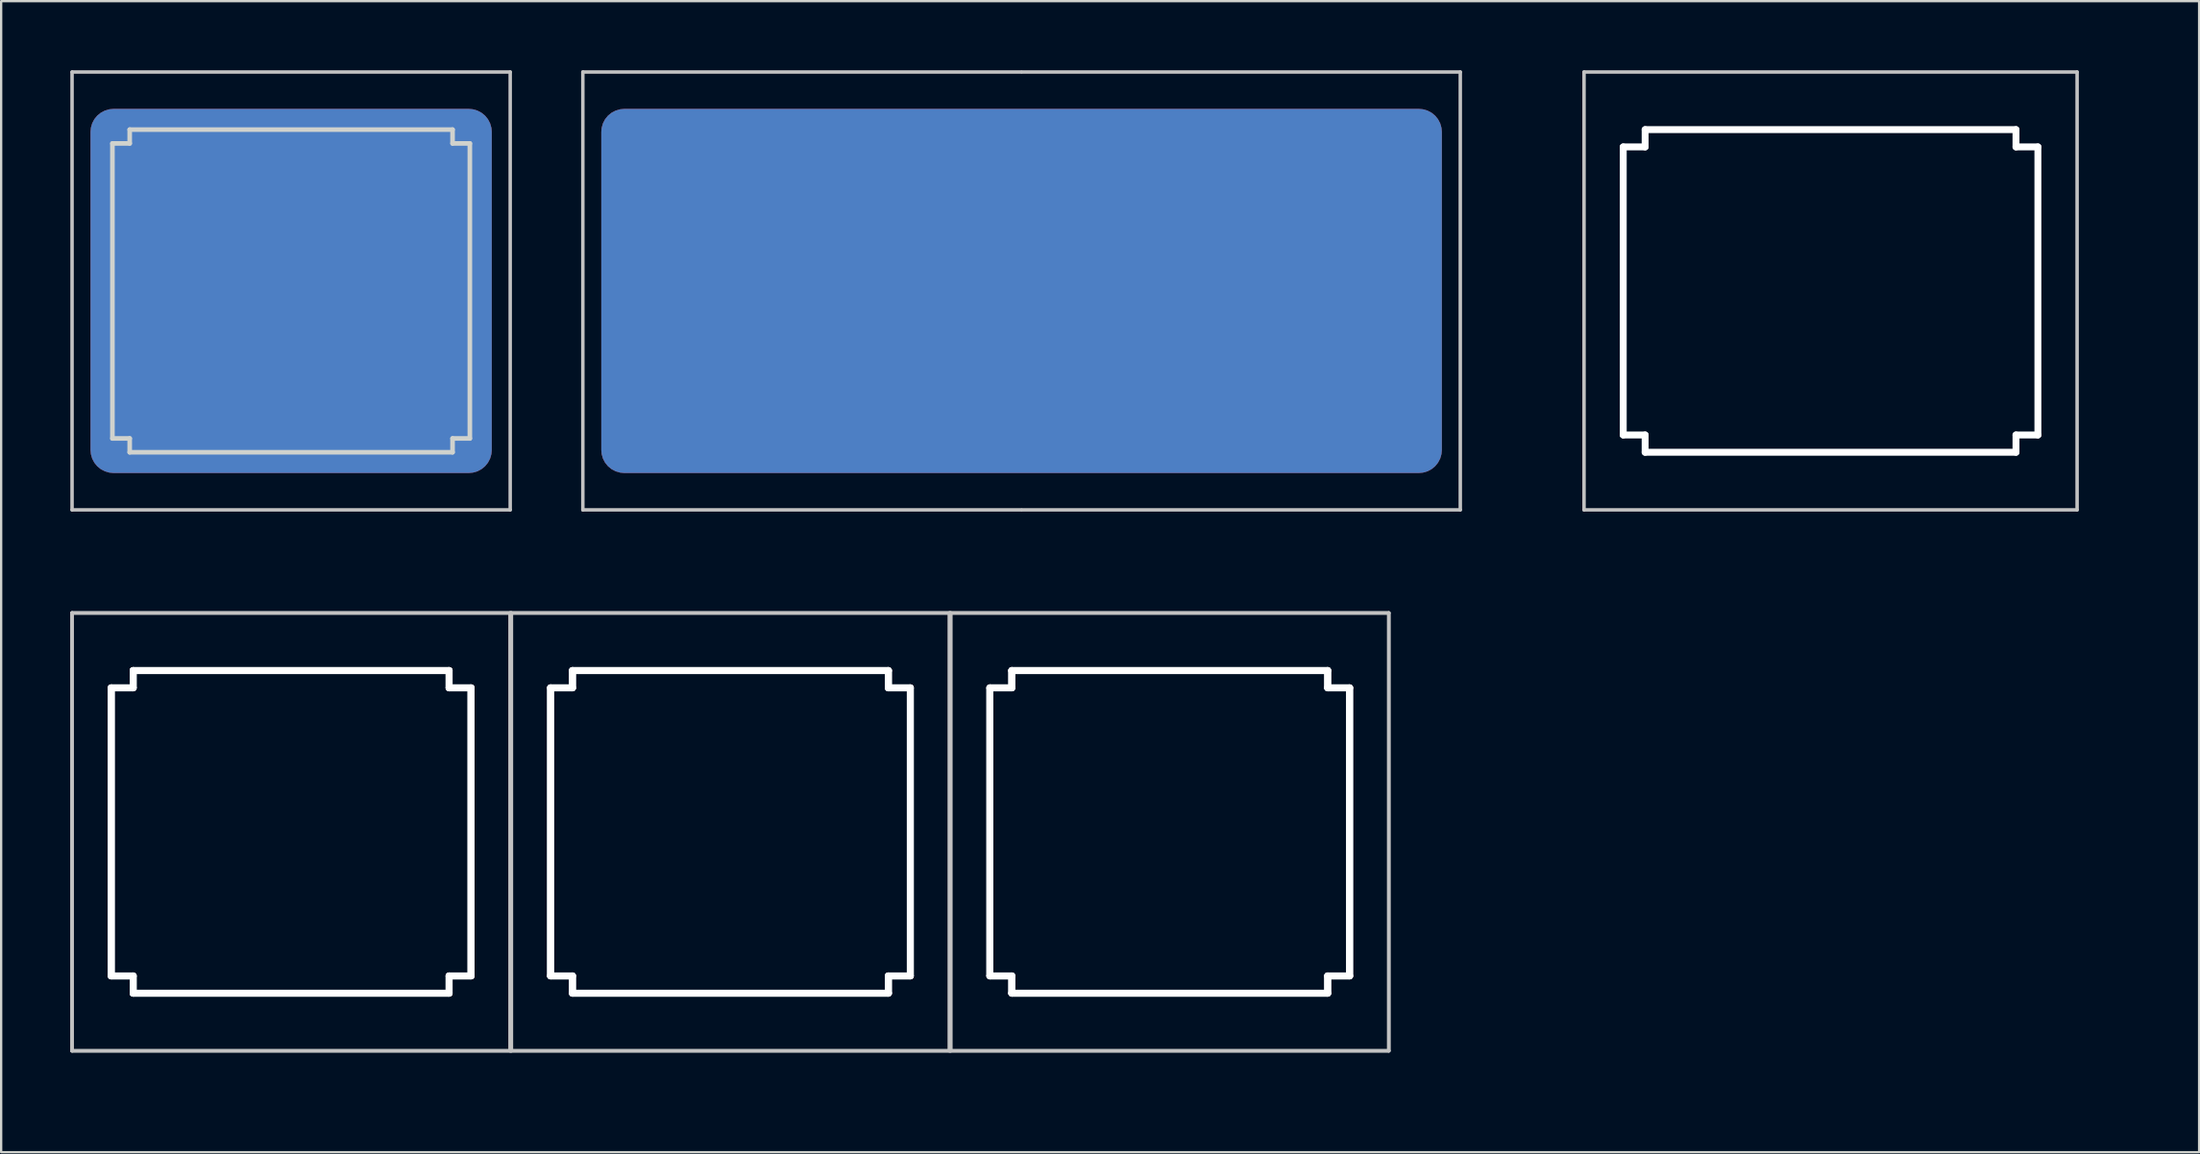
<source format=kicad_pcb>
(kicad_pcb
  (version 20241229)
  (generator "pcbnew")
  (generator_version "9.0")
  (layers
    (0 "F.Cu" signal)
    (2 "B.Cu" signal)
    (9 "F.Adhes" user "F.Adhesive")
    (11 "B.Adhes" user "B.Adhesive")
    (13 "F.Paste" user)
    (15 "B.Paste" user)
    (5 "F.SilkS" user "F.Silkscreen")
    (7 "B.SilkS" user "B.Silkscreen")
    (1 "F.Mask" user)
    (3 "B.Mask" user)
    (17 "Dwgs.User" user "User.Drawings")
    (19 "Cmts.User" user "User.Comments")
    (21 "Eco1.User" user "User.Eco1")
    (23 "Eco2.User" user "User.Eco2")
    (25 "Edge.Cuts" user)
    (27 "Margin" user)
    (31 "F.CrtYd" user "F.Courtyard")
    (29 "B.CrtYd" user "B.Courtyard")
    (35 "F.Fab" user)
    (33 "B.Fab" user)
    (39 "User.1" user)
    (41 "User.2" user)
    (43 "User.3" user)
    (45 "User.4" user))
  (footprint "MX-Alps_FMask"
    (layer "F.Cu")
    (at 9.575 9.575)
    (property "Reference" "MX-Alps_FMask" (at 0.25 10.05 0) (layer "Eco2.User") (effects (font (size 1 1) (thickness 0.15))))
    (attr through_hole)
    (fp_line (start -9.5 -9.5) (end 9.5 -9.5) (stroke (width 0.15) (type solid)) (layer "Dwgs.User"))
    (fp_line (start -9.5 9.5) (end -9.5 -9.5) (stroke (width 0.15) (type solid)) (layer "Dwgs.User"))
    (fp_line (start 9.5 -9.5) (end 9.5 9.5) (stroke (width 0.15) (type solid)) (layer "Dwgs.User"))
    (fp_line (start 9.5 9.5) (end -9.5 9.5) (stroke (width 0.15) (type solid)) (layer "Dwgs.User"))
    (fp_line (start -7.75 -6.4) (end -7.75 6.4) (stroke (width 0.2) (type solid)) (layer "Edge.Cuts"))
    (fp_line (start -7.75 -6.4) (end -7 -6.4) (stroke (width 0.2) (type solid)) (layer "Edge.Cuts"))
    (fp_line (start -7 -7) (end 7 -7) (stroke (width 0.2) (type solid)) (layer "Edge.Cuts"))
    (fp_line (start -7 -6.4) (end -7 -7) (stroke (width 0.2) (type solid)) (layer "Edge.Cuts"))
    (fp_line (start -7 6.4) (end -7.75 6.4) (stroke (width 0.2) (type solid)) (layer "Edge.Cuts"))
    (fp_line (start -7 7) (end -7 6.4) (stroke (width 0.2) (type solid)) (layer "Edge.Cuts"))
    (fp_line (start -7 7) (end 7 7) (stroke (width 0.2) (type solid)) (layer "Edge.Cuts"))
    (fp_line (start 7 -7) (end 7 -6.4) (stroke (width 0.2) (type solid)) (layer "Edge.Cuts"))
    (fp_line (start 7 -6.4) (end 7.75 -6.4) (stroke (width 0.2) (type solid)) (layer "Edge.Cuts"))
    (fp_line (start 7 6.4) (end 7 7) (stroke (width 0.2) (type solid)) (layer "Edge.Cuts"))
    (fp_line (start 7.75 -6.4) (end 7.75 6.4) (stroke (width 0.2) (type solid)) (layer "Edge.Cuts"))
    (fp_line (start 7.75 6.4) (end 7 6.4) (stroke (width 0.2) (type solid)) (layer "Edge.Cuts"))
    (pad "1" smd roundrect (at 0 0 180) (size 17.4 15.8) (layers "F.Cu" "F.Mask") (roundrect_rratio 0.063))
    (pad "1" smd roundrect (at 0 0 180) (size 17.4 15.8) (layers "B.Cu" "B.Mask") (roundrect_rratio 0.063)))
  (footprint "MX-Alps_Switch_Cutout-1u_1.25u-3u-wide"
    (layer "F.Cu")
    (at 28.625 33.048)
    (property "Reference" "MX-Alps_Switch_Cutout-1u_1.25u-3u-wide" (at 0.25 10.05 0) (layer "Eco2.User") (effects (font (size 1 1) (thickness 0.15))))
    (attr through_hole)
    (fp_line (start -28.55 -9.5) (end -9.55 -9.5) (stroke (width 0.15) (type solid)) (layer "Dwgs.User"))
    (fp_line (start -28.55 -9.5) (end -9.55 -9.5) (stroke (width 0.15) (type solid)) (layer "Dwgs.User"))
    (fp_line (start -28.55 9.5) (end -28.55 -9.5) (stroke (width 0.15) (type solid)) (layer "Dwgs.User"))
    (fp_line (start -28.55 9.5) (end -28.55 -9.5) (stroke (width 0.15) (type solid)) (layer "Dwgs.User"))
    (fp_line (start -9.55 -9.5) (end -9.55 9.5) (stroke (width 0.15) (type solid)) (layer "Dwgs.User"))
    (fp_line (start -9.55 -9.5) (end -9.55 9.5) (stroke (width 0.15) (type solid)) (layer "Dwgs.User"))
    (fp_line (start -9.55 9.5) (end -28.55 9.5) (stroke (width 0.15) (type solid)) (layer "Dwgs.User"))
    (fp_line (start -9.55 9.5) (end -28.55 9.5) (stroke (width 0.15) (type solid)) (layer "Dwgs.User"))
    (fp_line (start -9.5 -9.5) (end 9.5 -9.5) (stroke (width 0.15) (type solid)) (layer "Dwgs.User"))
    (fp_line (start -9.5 -9.5) (end 9.5 -9.5) (stroke (width 0.15) (type solid)) (layer "Dwgs.User"))
    (fp_line (start -9.5 9.5) (end -9.5 -9.5) (stroke (width 0.15) (type solid)) (layer "Dwgs.User"))
    (fp_line (start -9.5 9.5) (end -9.5 -9.5) (stroke (width 0.15) (type solid)) (layer "Dwgs.User"))
    (fp_line (start 9.5 -9.5) (end 9.5 9.5) (stroke (width 0.15) (type solid)) (layer "Dwgs.User"))
    (fp_line (start 9.5 -9.5) (end 9.5 9.5) (stroke (width 0.15) (type solid)) (layer "Dwgs.User"))
    (fp_line (start 9.5 9.5) (end -9.5 9.5) (stroke (width 0.15) (type solid)) (layer "Dwgs.User"))
    (fp_line (start 9.5 9.5) (end -9.5 9.5) (stroke (width 0.15) (type solid)) (layer "Dwgs.User"))
    (fp_line (start 9.55 -9.5) (end 28.55 -9.5) (stroke (width 0.15) (type solid)) (layer "Dwgs.User"))
    (fp_line (start 9.55 -9.5) (end 28.55 -9.5) (stroke (width 0.15) (type solid)) (layer "Dwgs.User"))
    (fp_line (start 9.55 9.5) (end 9.55 -9.5) (stroke (width 0.15) (type solid)) (layer "Dwgs.User"))
    (fp_line (start 9.55 9.5) (end 9.55 -9.5) (stroke (width 0.15) (type solid)) (layer "Dwgs.User"))
    (fp_line (start 28.55 -9.5) (end 28.55 9.5) (stroke (width 0.15) (type solid)) (layer "Dwgs.User"))
    (fp_line (start 28.55 -9.5) (end 28.55 9.5) (stroke (width 0.15) (type solid)) (layer "Dwgs.User"))
    (fp_line (start 28.55 9.5) (end 9.55 9.5) (stroke (width 0.15) (type solid)) (layer "Dwgs.User"))
    (fp_line (start 28.55 9.5) (end 9.55 9.5) (stroke (width 0.15) (type solid)) (layer "Dwgs.User"))
    (pad "" np_thru_hole oval (at -26.85 0) (size 0.3 12.8) (drill oval 0.3 12.8) (layers "*.Cu" "*.Mask"))
    (pad "" np_thru_hole oval (at -26.85 0) (size 0.3 12.8) (drill oval 0.3 12.8) (layers "*.Cu" "*.Mask"))
    (pad "" np_thru_hole oval (at -26.375 -6.25) (size 1.25 0.3) (drill oval 1.25 0.3) (layers "*.Cu" "*.Mask"))
    (pad "" np_thru_hole oval (at -26.375 -6.25) (size 1.25 0.3) (drill oval 1.25 0.3) (layers "*.Cu" "*.Mask"))
    (pad "" np_thru_hole oval (at -26.375 6.25) (size 1.25 0.3) (drill oval 1.25 0.3) (layers "*.Cu" "*.Mask"))
    (pad "" np_thru_hole oval (at -26.375 6.25) (size 1.25 0.3) (drill oval 1.25 0.3) (layers "*.Cu" "*.Mask"))
    (pad "" np_thru_hole oval (at -25.9 -6.625) (size 0.3 1.05) (drill oval 0.3 1.05) (layers "*.Cu" "*.Mask"))
    (pad "" np_thru_hole oval (at -25.9 -6.625) (size 0.3 1.05) (drill oval 0.3 1.05) (layers "*.Cu" "*.Mask"))
    (pad "" np_thru_hole oval (at -25.9 6.625) (size 0.3 1.05) (drill oval 0.3 1.05) (layers "*.Cu" "*.Mask"))
    (pad "" np_thru_hole oval (at -25.9 6.625) (size 0.3 1.05) (drill oval 0.3 1.05) (layers "*.Cu" "*.Mask"))
    (pad "" np_thru_hole oval (at -19.05 -7) (size 14 0.3) (drill oval 14 0.3) (layers "*.Cu" "*.Mask"))
    (pad "" np_thru_hole oval (at -19.05 -7) (size 14 0.3) (drill oval 14 0.3) (layers "*.Cu" "*.Mask"))
    (pad "" np_thru_hole oval (at -19.05 7) (size 14 0.3) (drill oval 14 0.3) (layers "*.Cu" "*.Mask"))
    (pad "" np_thru_hole oval (at -19.05 7) (size 14 0.3) (drill oval 14 0.3) (layers "*.Cu" "*.Mask"))
    (pad "" np_thru_hole oval (at -12.2 -6.625) (size 0.3 1.05) (drill oval 0.3 1.05) (layers "*.Cu" "*.Mask"))
    (pad "" np_thru_hole oval (at -12.2 -6.625) (size 0.3 1.05) (drill oval 0.3 1.05) (layers "*.Cu" "*.Mask"))
    (pad "" np_thru_hole oval (at -12.2 6.625) (size 0.3 1.05) (drill oval 0.3 1.05) (layers "*.Cu" "*.Mask"))
    (pad "" np_thru_hole oval (at -12.2 6.625) (size 0.3 1.05) (drill oval 0.3 1.05) (layers "*.Cu" "*.Mask"))
    (pad "" np_thru_hole oval (at -11.725 -6.25) (size 1.25 0.3) (drill oval 1.25 0.3) (layers "*.Cu" "*.Mask"))
    (pad "" np_thru_hole oval (at -11.725 -6.25) (size 1.25 0.3) (drill oval 1.25 0.3) (layers "*.Cu" "*.Mask"))
    (pad "" np_thru_hole oval (at -11.725 6.25) (size 1.25 0.3) (drill oval 1.25 0.3) (layers "*.Cu" "*.Mask"))
    (pad "" np_thru_hole oval (at -11.725 6.25) (size 1.25 0.3) (drill oval 1.25 0.3) (layers "*.Cu" "*.Mask"))
    (pad "" np_thru_hole oval (at -11.25 0) (size 0.3 12.8) (drill oval 0.3 12.8) (layers "*.Cu" "*.Mask"))
    (pad "" np_thru_hole oval (at -11.25 0) (size 0.3 12.8) (drill oval 0.3 12.8) (layers "*.Cu" "*.Mask"))
    (pad "" np_thru_hole oval (at -7.8 0) (size 0.3 12.8) (drill oval 0.3 12.8) (layers "*.Cu" "*.Mask"))
    (pad "" np_thru_hole oval (at -7.8 0) (size 0.3 12.8) (drill oval 0.3 12.8) (layers "*.Cu" "*.Mask"))
    (pad "" np_thru_hole oval (at -7.325 -6.25) (size 1.25 0.3) (drill oval 1.25 0.3) (layers "*.Cu" "*.Mask"))
    (pad "" np_thru_hole oval (at -7.325 -6.25) (size 1.25 0.3) (drill oval 1.25 0.3) (layers "*.Cu" "*.Mask"))
    (pad "" np_thru_hole oval (at -7.325 6.25) (size 1.25 0.3) (drill oval 1.25 0.3) (layers "*.Cu" "*.Mask"))
    (pad "" np_thru_hole oval (at -7.325 6.25) (size 1.25 0.3) (drill oval 1.25 0.3) (layers "*.Cu" "*.Mask"))
    (pad "" np_thru_hole oval (at -6.85 -6.625) (size 0.3 1.05) (drill oval 0.3 1.05) (layers "*.Cu" "*.Mask"))
    (pad "" np_thru_hole oval (at -6.85 -6.625) (size 0.3 1.05) (drill oval 0.3 1.05) (layers "*.Cu" "*.Mask"))
    (pad "" np_thru_hole oval (at -6.85 6.625) (size 0.3 1.05) (drill oval 0.3 1.05) (layers "*.Cu" "*.Mask"))
    (pad "" np_thru_hole oval (at -6.85 6.625) (size 0.3 1.05) (drill oval 0.3 1.05) (layers "*.Cu" "*.Mask"))
    (pad "" np_thru_hole oval (at 0 -7) (size 14 0.3) (drill oval 14 0.3) (layers "*.Cu" "*.Mask"))
    (pad "" np_thru_hole oval (at 0 -7) (size 14 0.3) (drill oval 14 0.3) (layers "*.Cu" "*.Mask"))
    (pad "" np_thru_hole oval (at 0 7) (size 14 0.3) (drill oval 14 0.3) (layers "*.Cu" "*.Mask"))
    (pad "" np_thru_hole oval (at 0 7) (size 14 0.3) (drill oval 14 0.3) (layers "*.Cu" "*.Mask"))
    (pad "" np_thru_hole oval (at 6.85 -6.625) (size 0.3 1.05) (drill oval 0.3 1.05) (layers "*.Cu" "*.Mask"))
    (pad "" np_thru_hole oval (at 6.85 -6.625) (size 0.3 1.05) (drill oval 0.3 1.05) (layers "*.Cu" "*.Mask"))
    (pad "" np_thru_hole oval (at 6.85 6.625) (size 0.3 1.05) (drill oval 0.3 1.05) (layers "*.Cu" "*.Mask"))
    (pad "" np_thru_hole oval (at 6.85 6.625) (size 0.3 1.05) (drill oval 0.3 1.05) (layers "*.Cu" "*.Mask"))
    (pad "" np_thru_hole oval (at 7.325 -6.25) (size 1.25 0.3) (drill oval 1.25 0.3) (layers "*.Cu" "*.Mask"))
    (pad "" np_thru_hole oval (at 7.325 -6.25) (size 1.25 0.3) (drill oval 1.25 0.3) (layers "*.Cu" "*.Mask"))
    (pad "" np_thru_hole oval (at 7.325 6.25) (size 1.25 0.3) (drill oval 1.25 0.3) (layers "*.Cu" "*.Mask"))
    (pad "" np_thru_hole oval (at 7.325 6.25) (size 1.25 0.3) (drill oval 1.25 0.3) (layers "*.Cu" "*.Mask"))
    (pad "" np_thru_hole oval (at 7.8 0) (size 0.3 12.8) (drill oval 0.3 12.8) (layers "*.Cu" "*.Mask"))
    (pad "" np_thru_hole oval (at 7.8 0) (size 0.3 12.8) (drill oval 0.3 12.8) (layers "*.Cu" "*.Mask"))
    (pad "" np_thru_hole oval (at 11.25 0) (size 0.3 12.8) (drill oval 0.3 12.8) (layers "*.Cu" "*.Mask"))
    (pad "" np_thru_hole oval (at 11.25 0) (size 0.3 12.8) (drill oval 0.3 12.8) (layers "*.Cu" "*.Mask"))
    (pad "" np_thru_hole oval (at 11.725 -6.25) (size 1.25 0.3) (drill oval 1.25 0.3) (layers "*.Cu" "*.Mask"))
    (pad "" np_thru_hole oval (at 11.725 -6.25) (size 1.25 0.3) (drill oval 1.25 0.3) (layers "*.Cu" "*.Mask"))
    (pad "" np_thru_hole oval (at 11.725 6.25) (size 1.25 0.3) (drill oval 1.25 0.3) (layers "*.Cu" "*.Mask"))
    (pad "" np_thru_hole oval (at 11.725 6.25) (size 1.25 0.3) (drill oval 1.25 0.3) (layers "*.Cu" "*.Mask"))
    (pad "" np_thru_hole oval (at 12.2 -6.625) (size 0.3 1.05) (drill oval 0.3 1.05) (layers "*.Cu" "*.Mask"))
    (pad "" np_thru_hole oval (at 12.2 -6.625) (size 0.3 1.05) (drill oval 0.3 1.05) (layers "*.Cu" "*.Mask"))
    (pad "" np_thru_hole oval (at 12.2 6.625) (size 0.3 1.05) (drill oval 0.3 1.05) (layers "*.Cu" "*.Mask"))
    (pad "" np_thru_hole oval (at 12.2 6.625) (size 0.3 1.05) (drill oval 0.3 1.05) (layers "*.Cu" "*.Mask"))
    (pad "" np_thru_hole oval (at 19.05 -7) (size 14 0.3) (drill oval 14 0.3) (layers "*.Cu" "*.Mask"))
    (pad "" np_thru_hole oval (at 19.05 -7) (size 14 0.3) (drill oval 14 0.3) (layers "*.Cu" "*.Mask"))
    (pad "" np_thru_hole oval (at 19.05 7) (size 14 0.3) (drill oval 14 0.3) (layers "*.Cu" "*.Mask"))
    (pad "" np_thru_hole oval (at 19.05 7) (size 14 0.3) (drill oval 14 0.3) (layers "*.Cu" "*.Mask"))
    (pad "" np_thru_hole oval (at 25.9 -6.625) (size 0.3 1.05) (drill oval 0.3 1.05) (layers "*.Cu" "*.Mask"))
    (pad "" np_thru_hole oval (at 25.9 -6.625) (size 0.3 1.05) (drill oval 0.3 1.05) (layers "*.Cu" "*.Mask"))
    (pad "" np_thru_hole oval (at 25.9 6.625) (size 0.3 1.05) (drill oval 0.3 1.05) (layers "*.Cu" "*.Mask"))
    (pad "" np_thru_hole oval (at 25.9 6.625) (size 0.3 1.05) (drill oval 0.3 1.05) (layers "*.Cu" "*.Mask"))
    (pad "" np_thru_hole oval (at 26.375 -6.25) (size 1.25 0.3) (drill oval 1.25 0.3) (layers "*.Cu" "*.Mask"))
    (pad "" np_thru_hole oval (at 26.375 -6.25) (size 1.25 0.3) (drill oval 1.25 0.3) (layers "*.Cu" "*.Mask"))
    (pad "" np_thru_hole oval (at 26.375 6.25) (size 1.25 0.3) (drill oval 1.25 0.3) (layers "*.Cu" "*.Mask"))
    (pad "" np_thru_hole oval (at 26.375 6.25) (size 1.25 0.3) (drill oval 1.25 0.3) (layers "*.Cu" "*.Mask"))
    (pad "" np_thru_hole oval (at 26.85 0) (size 0.3 12.8) (drill oval 0.3 12.8) (layers "*.Cu" "*.Mask"))
    (pad "" np_thru_hole oval (at 26.85 0) (size 0.3 12.8) (drill oval 0.3 12.8) (layers "*.Cu" "*.Mask")))
  (footprint "MX-Alps_Switch_Cutout-1u_1.25u"
    (layer "F.Cu")
    (at 76.332 9.575)
    (property "Reference" "MX-Alps_Switch_Cutout-1u_1.25u" (at 0 10.05 0) (layer "Eco2.User") (effects (font (size 1 1) (thickness 0.15))))
    (attr through_hole)
    (fp_line (start -10.691 -9.5) (end 10.691 -9.5) (stroke (width 0.15) (type solid)) (layer "Dwgs.User"))
    (fp_line (start -10.691 9.5) (end -10.691 -9.5) (stroke (width 0.15) (type solid)) (layer "Dwgs.User"))
    (fp_line (start 10.691 -9.5) (end 10.691 9.5) (stroke (width 0.15) (type solid)) (layer "Dwgs.User"))
    (fp_line (start 10.691 9.5) (end -10.691 9.5) (stroke (width 0.15) (type solid)) (layer "Dwgs.User"))
    (pad "" np_thru_hole oval (at -8.991 0) (size 0.3 12.8) (drill oval 0.3 12.8) (layers "*.Cu" "*.Mask"))
    (pad "" np_thru_hole oval (at -8.516 -6.25) (size 1.25 0.3) (drill oval 1.25 0.3) (layers "*.Cu" "*.Mask"))
    (pad "" np_thru_hole oval (at -8.516 6.25) (size 1.25 0.3) (drill oval 1.25 0.3) (layers "*.Cu" "*.Mask"))
    (pad "" np_thru_hole oval (at -8.041 -6.625) (size 0.3 1.05) (drill oval 0.3 1.05) (layers "*.Cu" "*.Mask"))
    (pad "" np_thru_hole oval (at -8.041 6.625) (size 0.3 1.05) (drill oval 0.3 1.05) (layers "*.Cu" "*.Mask"))
    (pad "" np_thru_hole oval (at 0 -7) (size 16.381 0.3) (drill oval 16.381 0.3) (layers "*.Cu" "*.Mask"))
    (pad "" np_thru_hole oval (at 0 7) (size 16.381 0.3) (drill oval 16.381 0.3) (layers "*.Cu" "*.Mask"))
    (pad "" np_thru_hole oval (at 8.041 -6.625) (size 0.3 1.05) (drill oval 0.3 1.05) (layers "*.Cu" "*.Mask"))
    (pad "" np_thru_hole oval (at 8.041 6.625) (size 0.3 1.05) (drill oval 0.3 1.05) (layers "*.Cu" "*.Mask"))
    (pad "" np_thru_hole oval (at 8.516 -6.25) (size 1.25 0.3) (drill oval 1.25 0.3) (layers "*.Cu" "*.Mask"))
    (pad "" np_thru_hole oval (at 8.516 6.25) (size 1.25 0.3) (drill oval 1.25 0.3) (layers "*.Cu" "*.Mask"))
    (pad "" np_thru_hole oval (at 8.991 0) (size 0.3 12.8) (drill oval 0.3 12.8) (layers "*.Cu" "*.Mask")))
  (footprint "MX-Alps_FMask-2u"
    (layer "F.Cu")
    (at 41.25 9.575)
    (property "Reference" "MX-Alps_FMask-2u" (at 0.25 10.05 0) (layer "Eco2.User") (effects (font (size 1 1) (thickness 0.15))))
    (attr through_hole)
    (fp_line (start -19.025 -9.5) (end -0.025 -9.5) (stroke (width 0.15) (type solid)) (layer "Dwgs.User"))
    (fp_line (start -19.025 9.5) (end -19.025 -9.5) (stroke (width 0.15) (type solid)) (layer "Dwgs.User"))
    (fp_line (start -0.025 9.5) (end -19.025 9.5) (stroke (width 0.15) (type solid)) (layer "Dwgs.User"))
    (fp_line (start 0.025 -9.5) (end 19.025 -9.5) (stroke (width 0.15) (type solid)) (layer "Dwgs.User"))
    (fp_line (start 19.025 -9.5) (end 19.025 9.5) (stroke (width 0.15) (type solid)) (layer "Dwgs.User"))
    (fp_line (start 19.025 9.5) (end 0.025 9.5) (stroke (width 0.15) (type solid)) (layer "Dwgs.User"))
    (pad "1" smd roundrect (at 0 0 180) (size 36.45 15.8) (layers "F.Cu" "F.Mask") (roundrect_rratio 0.063))
    (pad "1" smd roundrect (at 0 0 180) (size 36.45 15.8) (layers "B.Cu" "B.Mask") (roundrect_rratio 0.063)))
  (gr_rect
    (start -3 -3)
    (end 92.314 46.947)
    (stroke (width 0.1) (type default))
    (fill no)
    (layer "Edge.Cuts")))
</source>
